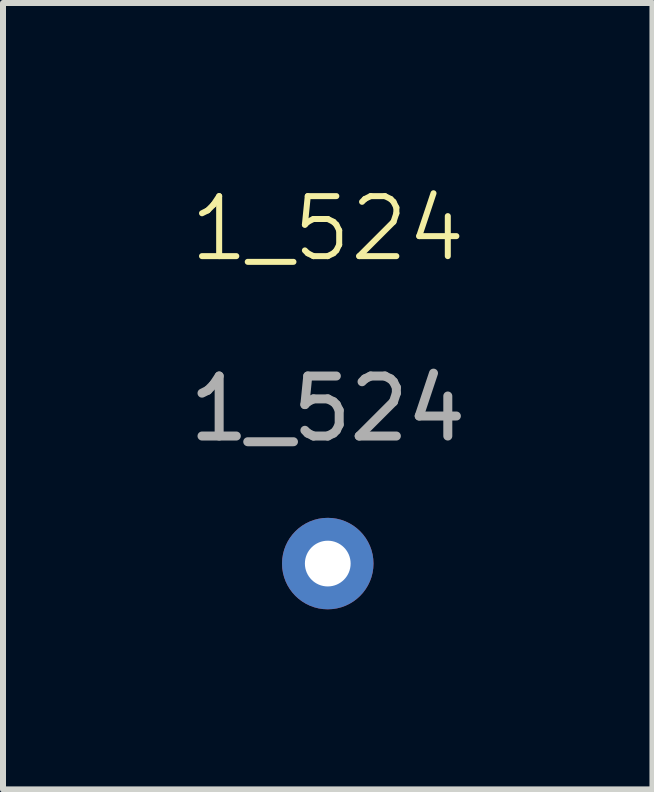
<source format=kicad_pcb>
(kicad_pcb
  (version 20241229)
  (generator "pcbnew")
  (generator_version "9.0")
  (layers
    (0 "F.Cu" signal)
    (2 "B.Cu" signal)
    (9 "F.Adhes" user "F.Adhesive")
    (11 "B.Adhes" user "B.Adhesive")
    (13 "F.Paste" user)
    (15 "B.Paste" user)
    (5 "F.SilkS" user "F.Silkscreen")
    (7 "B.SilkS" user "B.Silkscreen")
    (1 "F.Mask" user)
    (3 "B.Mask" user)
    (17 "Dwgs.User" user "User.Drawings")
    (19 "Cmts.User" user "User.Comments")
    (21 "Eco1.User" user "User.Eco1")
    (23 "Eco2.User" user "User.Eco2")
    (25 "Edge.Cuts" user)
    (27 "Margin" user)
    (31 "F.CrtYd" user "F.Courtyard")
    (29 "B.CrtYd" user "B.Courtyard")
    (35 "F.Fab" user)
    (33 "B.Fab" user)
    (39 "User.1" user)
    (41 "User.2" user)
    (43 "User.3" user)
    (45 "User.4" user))
  (footprint "1_524"
    (layer "F.Cu")
    (at 2.411 1.26)
    (property "Reference" "1_524" (at 0 -0.5 0) (unlocked yes) (layer "F.SilkS") (effects (font (size 1 1) (thickness 0.1))))
    (attr through_hole)
    (fp_text user "${REFERENCE}" (at 0 2.5 0) (unlocked yes) (layer "F.Fab") (effects (font (size 1 1) (thickness 0.15))))
    (pad "1" thru_hole circle (at 0 5.08) (size 1.524 1.524) (drill 0.762) (layers "*.Cu" "*.Mask")))
  (gr_rect
    (start -3 -3)
    (end 7.821 10.102)
    (stroke (width 0.1) (type default))
    (fill no)
    (layer "Edge.Cuts")))
</source>
